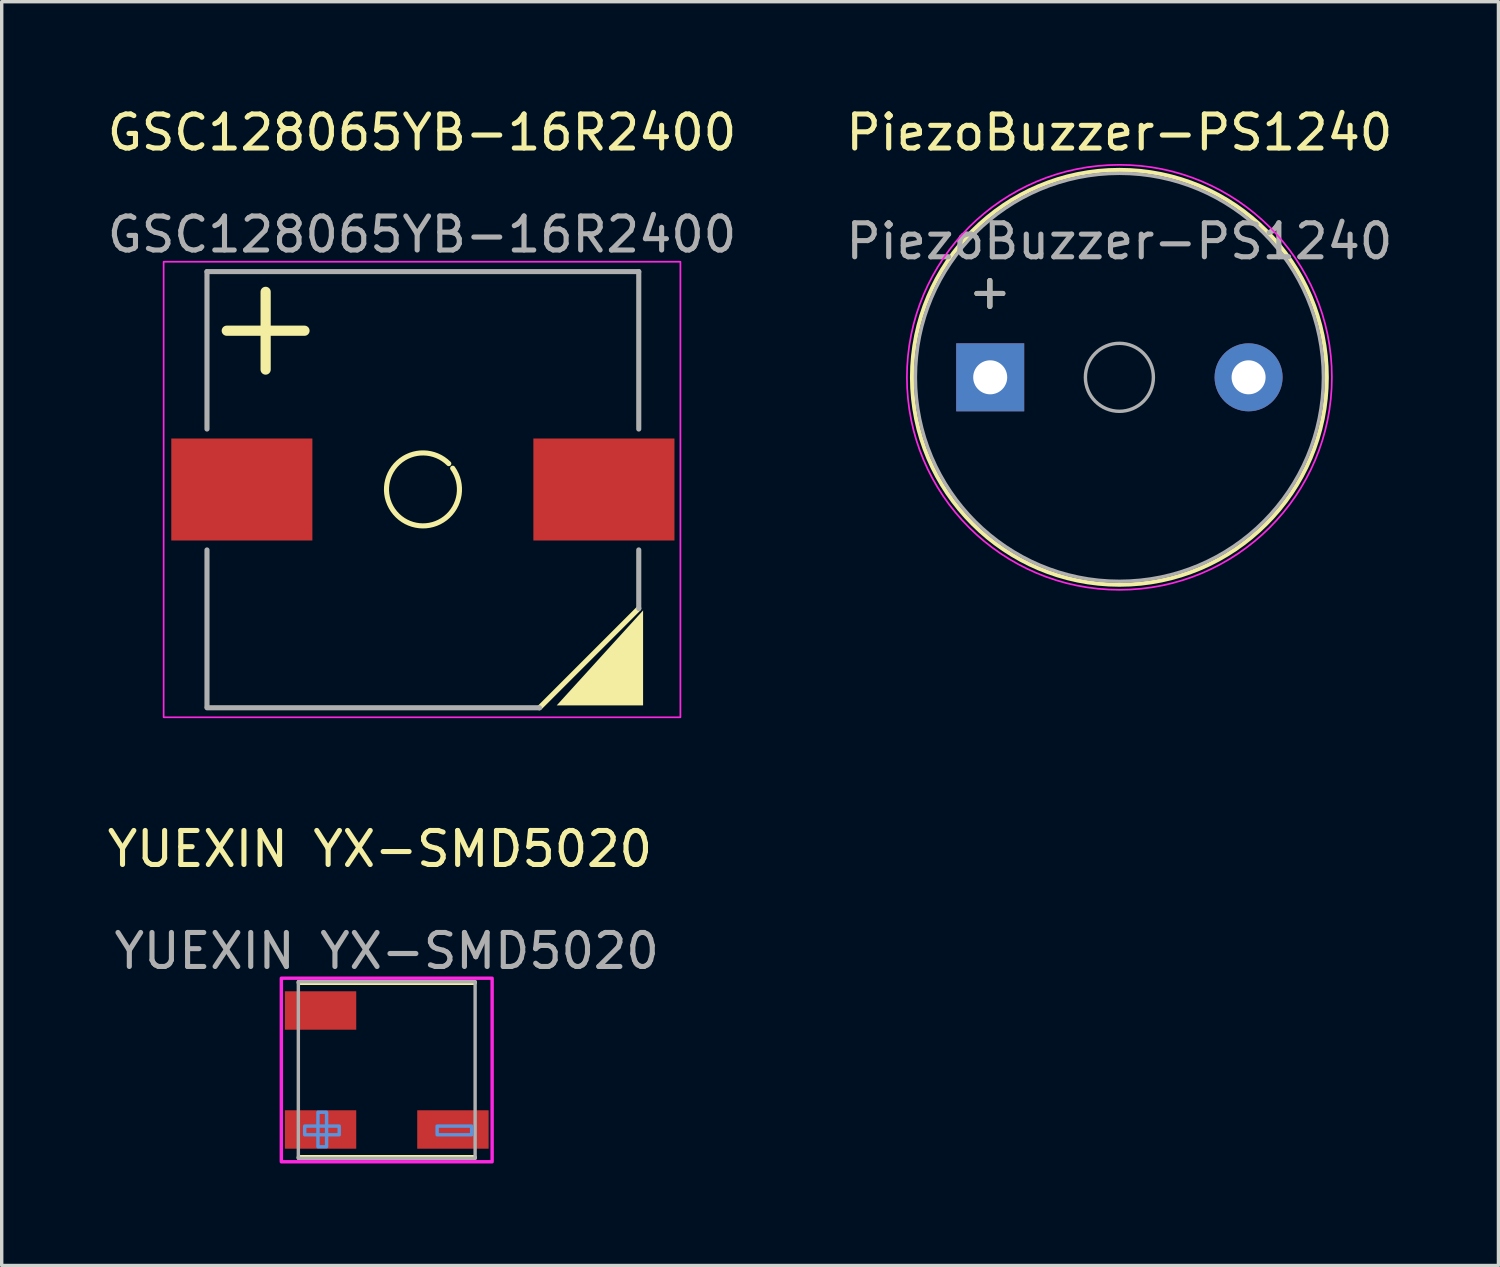
<source format=kicad_pcb>
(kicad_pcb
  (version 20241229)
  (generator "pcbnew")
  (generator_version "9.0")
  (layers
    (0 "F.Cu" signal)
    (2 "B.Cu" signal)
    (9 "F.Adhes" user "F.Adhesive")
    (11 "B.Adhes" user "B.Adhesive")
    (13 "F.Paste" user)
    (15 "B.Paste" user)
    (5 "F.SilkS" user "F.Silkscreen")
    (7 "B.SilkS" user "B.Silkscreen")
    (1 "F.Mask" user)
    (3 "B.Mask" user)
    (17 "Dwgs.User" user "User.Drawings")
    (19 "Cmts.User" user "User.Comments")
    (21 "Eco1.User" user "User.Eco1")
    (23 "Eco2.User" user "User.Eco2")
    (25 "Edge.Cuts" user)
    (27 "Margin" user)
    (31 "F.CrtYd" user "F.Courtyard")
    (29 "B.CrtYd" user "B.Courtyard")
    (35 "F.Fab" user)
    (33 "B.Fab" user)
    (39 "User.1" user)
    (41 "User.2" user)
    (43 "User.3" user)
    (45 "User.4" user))
  (footprint "YUEXIN YX-SMD5020"
    (layer "F.Cu")
    (at 8.125 22.422)
    (property "Reference" "YUEXIN YX-SMD5020" (at 0 -0.5 0) (unlocked yes) (layer "F.SilkS") (effects (font (size 1 1) (thickness 0.15))))
    (attr smd)
    (fp_line (start -2.376 3.424) (end 2.776 3.424) (stroke (width 0.152) (type solid)) (layer "F.SilkS"))
    (fp_line (start -2.376 8.576) (end 2.776 8.576) (stroke (width 0.152) (type solid)) (layer "F.SilkS"))
    (fp_poly (pts (xy -2.213 7.651) (xy -1.197 7.651) (xy -1.197 7.905) (xy -2.213 7.905)) (stroke (width 0.1) (type solid)) (fill no) (layer "Cmts.User"))
    (fp_poly (pts (xy -1.823 8.258) (xy -1.823 7.242) (xy -1.569 7.242) (xy -1.569 8.258)) (stroke (width 0.1) (type solid)) (fill no) (layer "Cmts.User"))
    (fp_poly (pts (xy 1.682 7.651) (xy 2.698 7.651) (xy 2.698 7.905) (xy 1.682 7.905)) (stroke (width 0.1) (type solid)) (fill no) (layer "Cmts.User"))
    (fp_rect (start -2.9 3.3) (end 3.3 8.7) (stroke (width 0.1) (type solid)) (fill no) (layer "F.CrtYd"))
    (fp_rect (start -2.4 3.4) (end 2.8 8.6) (stroke (width 0.1) (type solid)) (fill no) (layer "F.Fab"))
    (fp_text user "${REFERENCE}" (at 0.2 2.5 0) (unlocked yes) (layer "F.Fab") (effects (font (size 1 1) (thickness 0.15))))
    (pad "1" smd rect (at -1.747 7.75) (size 2.1 1.13) (layers "F.Cu" "F.Mask" "F.Paste"))
    (pad "2" smd rect (at 2.147 7.75) (size 2.1 1.13) (layers "F.Cu" "F.Mask" "F.Paste"))
    (pad "3" smd rect (at -1.747 4.25) (size 2.1 1.13) (layers "F.Cu" "F.Mask" "F.Paste")))
  (footprint "GSC128065YB-16R2400"
    (layer "F.Cu")
    (at 9.363 1.348)
    (property "Reference" "GSC128065YB-16R2400" (at 0 -0.5 0) (unlocked yes) (layer "F.SilkS") (effects (font (size 1 1) (thickness 0.15))))
    (attr smd)
    (fp_line (start 3.454 16.42) (end 6.375 13.499) (stroke (width 0.15) (type solid)) (layer "F.SilkS"))
    (fp_arc (start 0.902 9.374) (mid -0.79079 10.690622) (end 0.787158 9.238344) (stroke (width 0.15) (type solid)) (layer "F.SilkS"))
    (fp_poly (pts (xy 3.962 16.35) (xy 6.502 16.35) (xy 6.502 13.556)) (stroke (width 0) (type solid)) (fill yes) (layer "F.SilkS"))
    (fp_rect (start -7.6 3.3) (end 7.6 16.7) (stroke (width 0.05) (type solid)) (fill no) (layer "F.CrtYd"))
    (fp_line (start -6.325 3.591) (end -6.325 8.221) (stroke (width 0.15) (type solid)) (layer "F.Fab"))
    (fp_line (start -6.325 11.778) (end -6.325 16.39) (stroke (width 0.15) (type solid)) (layer "F.Fab"))
    (fp_line (start -6.325 16.42) (end 3.454 16.42) (stroke (width 0.15) (type solid)) (layer "F.Fab"))
    (fp_line (start 6.375 3.591) (end -6.325 3.591) (stroke (width 0.15) (type solid)) (layer "F.Fab"))
    (fp_line (start 6.375 8.221) (end 6.375 3.591) (stroke (width 0.15) (type solid)) (layer "F.Fab"))
    (fp_line (start 6.375 13.499) (end 6.375 11.777) (stroke (width 0.15) (type solid)) (layer "F.Fab"))
    (fp_text user "+" (at -4.6 5.1 0) (unlocked yes) (layer "F.SilkS") (effects (font (size 3 3) (thickness 0.3))))
    (fp_text user "${REFERENCE}" (at 0 2.5 0) (unlocked yes) (layer "F.Fab") (effects (font (size 1 1) (thickness 0.15))))
    (pad "1" smd rect (at -5.3 10 90) (size 3 4.15) (layers "F.Cu" "F.Mask" "F.Paste"))
    (pad "2" smd rect (at 5.35 10 90) (size 3 4.15) (layers "F.Cu" "F.Mask" "F.Paste")))
  (footprint "PiezoBuzzer-PS1240"
    (layer "F.Cu")
    (at 26.075 8.048)
    (property "Reference" "PiezoBuzzer-PS1240" (at 3.8 -7.2 0) (layer "F.SilkS") (effects (font (size 1 1) (thickness 0.15))))
    (attr through_hole)
    (fp_circle (center 3.8 0) (end 9.9 0) (stroke (width 0.12) (type solid)) (fill no) (layer "F.SilkS"))
    (fp_circle (center 3.8 0) (end 10.05 0) (stroke (width 0.05) (type solid)) (fill no) (layer "F.CrtYd"))
    (fp_circle (center 3.8 0) (end 4.8 0) (stroke (width 0.1) (type solid)) (fill no) (layer "F.Fab"))
    (fp_circle (center 3.8 0) (end 9.8 0) (stroke (width 0.1) (type solid)) (fill no) (layer "F.Fab"))
    (fp_text user "+" (at -0.01 -2.54 0) (layer "F.SilkS") (effects (font (size 1 1) (thickness 0.15))))
    (fp_text user "+" (at -0.01 -2.54 0) (layer "F.Fab") (effects (font (size 1 1) (thickness 0.15))))
    (fp_text user "${REFERENCE}" (at 3.8 -4 0) (layer "F.Fab") (effects (font (size 1 1) (thickness 0.15))))
    (pad "1" thru_hole rect (at 0 0) (size 2 2) (drill 1) (layers "*.Cu" "*.Mask"))
    (pad "2" thru_hole circle (at 7.6 0) (size 2 2) (drill 1) (layers "*.Cu" "*.Mask")))
  (gr_rect
    (start -3 -3)
    (end 41.024 34.172)
    (stroke (width 0.1) (type default))
    (fill no)
    (layer "Edge.Cuts")))
</source>
